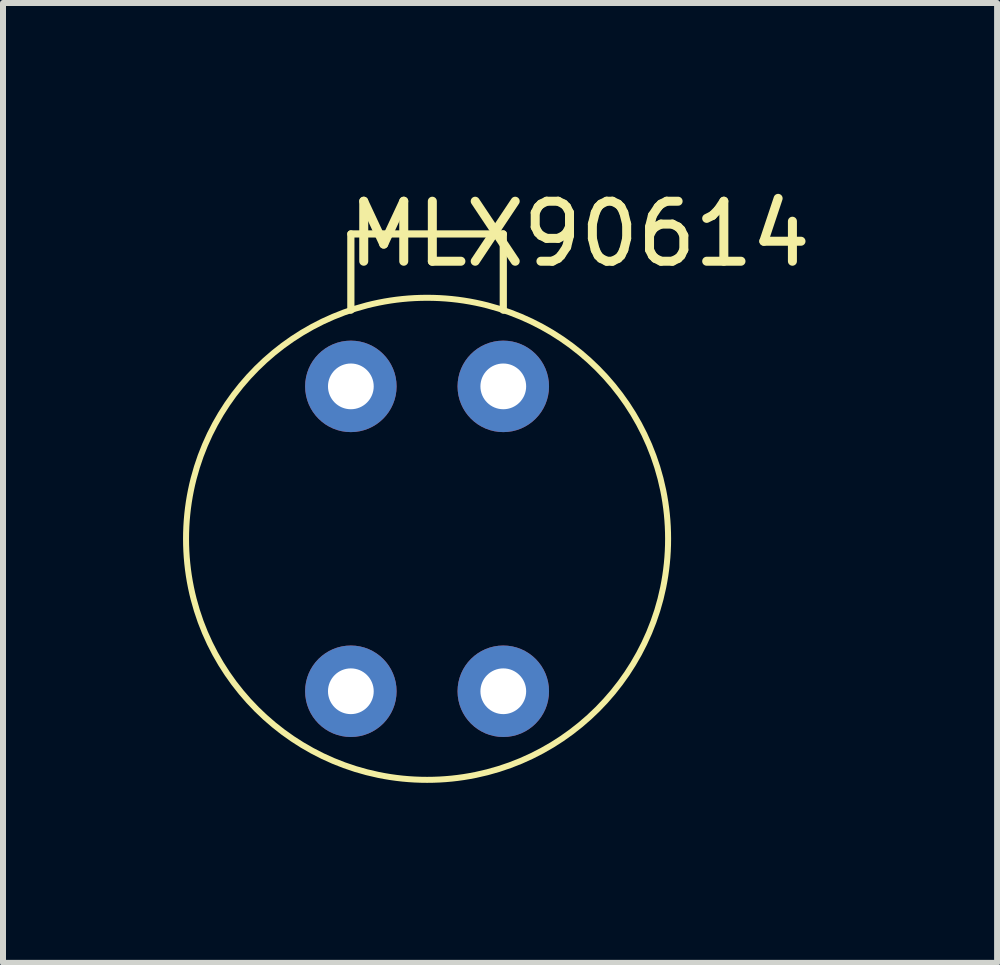
<source format=kicad_pcb>
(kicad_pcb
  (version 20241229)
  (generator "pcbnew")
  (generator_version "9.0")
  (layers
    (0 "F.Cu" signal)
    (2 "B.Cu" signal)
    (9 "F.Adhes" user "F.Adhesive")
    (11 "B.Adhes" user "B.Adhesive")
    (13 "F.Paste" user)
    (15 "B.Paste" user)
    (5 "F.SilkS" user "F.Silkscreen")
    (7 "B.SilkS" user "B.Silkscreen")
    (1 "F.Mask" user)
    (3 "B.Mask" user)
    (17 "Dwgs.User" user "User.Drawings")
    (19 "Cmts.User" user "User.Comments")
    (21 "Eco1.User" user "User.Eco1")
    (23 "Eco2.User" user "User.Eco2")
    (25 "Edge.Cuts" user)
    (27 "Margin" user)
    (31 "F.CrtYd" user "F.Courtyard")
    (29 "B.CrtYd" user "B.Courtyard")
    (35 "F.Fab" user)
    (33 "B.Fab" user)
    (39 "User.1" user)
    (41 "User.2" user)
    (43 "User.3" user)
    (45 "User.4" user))
  (footprint "MLX90614"
    (layer "F.Cu")
    (at 2.796 3.388)
    (property "Reference" "MLX90614" (at 3.81 -2.54 0) (layer "F.SilkS") (effects (font (size 1 1) (thickness 0.15))))
    (attr through_hole)
    (fp_line (start 0 -2.54) (end 2.54 -2.54) (stroke (width 0.12) (type solid)) (layer "F.SilkS"))
    (fp_line (start 0 -1.27) (end 0 -2.54) (stroke (width 0.12) (type solid)) (layer "F.SilkS"))
    (fp_line (start 2.54 -2.54) (end 2.54 -1.27) (stroke (width 0.12) (type solid)) (layer "F.SilkS"))
    (fp_circle (center 1.27 2.54) (end 5.08 3.81) (stroke (width 0.1) (type solid)) (fill no) (layer "F.SilkS"))
    (pad "1" thru_hole circle (at 0 0) (size 1.524 1.524) (drill 0.762) (layers "*.Cu" "*.Mask"))
    (pad "2" thru_hole circle (at 0 5.08) (size 1.524 1.524) (drill 0.762) (layers "*.Cu" "*.Mask"))
    (pad "3" thru_hole circle (at 2.54 5.08) (size 1.524 1.524) (drill 0.762) (layers "*.Cu" "*.Mask"))
    (pad "4" thru_hole circle (at 2.54 0) (size 1.524 1.524) (drill 0.762) (layers "*.Cu" "*.Mask")))
  (gr_rect
    (start -3 -3)
    (end 13.564 12.994)
    (stroke (width 0.1) (type default))
    (fill no)
    (layer "Edge.Cuts")))
</source>
